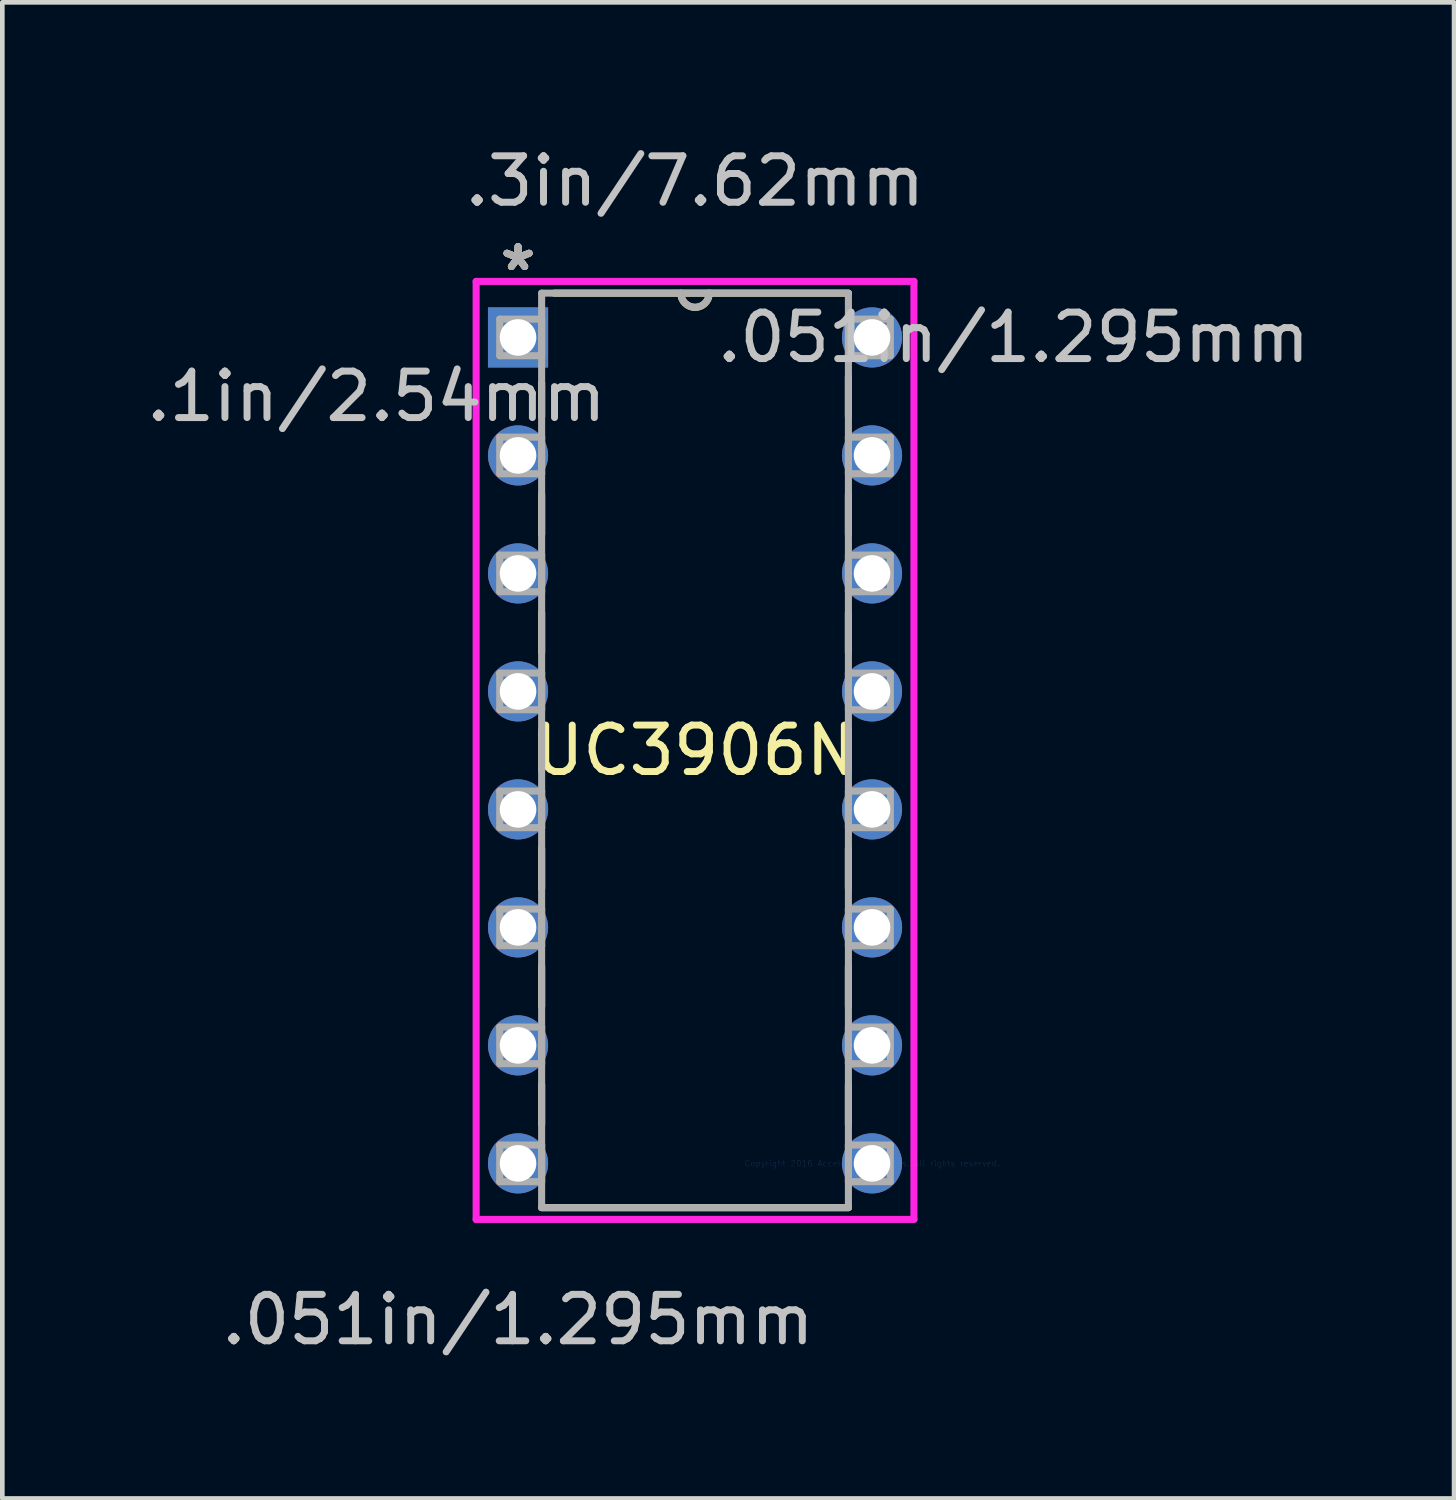
<source format=kicad_pcb>
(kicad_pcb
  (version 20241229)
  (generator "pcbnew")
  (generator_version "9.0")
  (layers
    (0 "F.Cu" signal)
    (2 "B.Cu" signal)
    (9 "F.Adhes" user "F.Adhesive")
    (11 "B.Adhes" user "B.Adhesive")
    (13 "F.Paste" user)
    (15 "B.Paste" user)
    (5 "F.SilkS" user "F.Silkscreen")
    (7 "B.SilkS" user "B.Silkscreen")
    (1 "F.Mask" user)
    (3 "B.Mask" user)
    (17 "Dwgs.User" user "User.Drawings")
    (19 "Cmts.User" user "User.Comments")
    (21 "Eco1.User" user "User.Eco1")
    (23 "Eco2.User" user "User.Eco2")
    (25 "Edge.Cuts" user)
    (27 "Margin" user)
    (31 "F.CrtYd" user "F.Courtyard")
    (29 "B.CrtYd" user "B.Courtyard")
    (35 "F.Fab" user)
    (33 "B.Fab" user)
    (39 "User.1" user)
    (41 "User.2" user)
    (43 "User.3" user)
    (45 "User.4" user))
  (footprint "UC3906N"
    (layer "F.Cu")
    (at 15.722 21.994)
    (property "Reference" "UC3906N" (at -3.81 -8.89 0) (layer "F.SilkS") (effects (font (size 1 1) (thickness 0.15))))
    (attr through_hole)
    (fp_line (start -7.112 -16.8) (end -7.112 -16.079) (stroke (width 0.152) (type solid)) (layer "F.SilkS"))
    (fp_line (start -7.112 -14.401) (end -7.112 -13.539) (stroke (width 0.152) (type solid)) (layer "F.SilkS"))
    (fp_line (start -7.112 -11.861) (end -7.112 -10.999) (stroke (width 0.152) (type solid)) (layer "F.SilkS"))
    (fp_line (start -7.112 -9.321) (end -7.112 -8.459) (stroke (width 0.152) (type solid)) (layer "F.SilkS"))
    (fp_line (start -7.112 -6.781) (end -7.112 -5.919) (stroke (width 0.152) (type solid)) (layer "F.SilkS"))
    (fp_line (start -7.112 -4.241) (end -7.112 -3.379) (stroke (width 0.152) (type solid)) (layer "F.SilkS"))
    (fp_line (start -7.112 -1.701) (end -7.112 -0.839) (stroke (width 0.152) (type solid)) (layer "F.SilkS"))
    (fp_line (start -7.112 0.953) (end -0.508 0.953) (stroke (width 0.152) (type solid)) (layer "F.SilkS"))
    (fp_line (start -0.508 -18.733) (end -6.839 -18.733) (stroke (width 0.152) (type solid)) (layer "F.SilkS"))
    (fp_line (start -0.508 -16.079) (end -0.508 -16.941) (stroke (width 0.152) (type solid)) (layer "F.SilkS"))
    (fp_line (start -0.508 -13.539) (end -0.508 -14.401) (stroke (width 0.152) (type solid)) (layer "F.SilkS"))
    (fp_line (start -0.508 -10.999) (end -0.508 -11.861) (stroke (width 0.152) (type solid)) (layer "F.SilkS"))
    (fp_line (start -0.508 -8.459) (end -0.508 -9.321) (stroke (width 0.152) (type solid)) (layer "F.SilkS"))
    (fp_line (start -0.508 -5.919) (end -0.508 -6.781) (stroke (width 0.152) (type solid)) (layer "F.SilkS"))
    (fp_line (start -0.508 -3.379) (end -0.508 -4.241) (stroke (width 0.152) (type solid)) (layer "F.SilkS"))
    (fp_line (start -0.508 -0.839) (end -0.508 -1.701) (stroke (width 0.152) (type solid)) (layer "F.SilkS"))
    (fp_arc (start -3.5052 -18.7325) (mid -3.81 -18.4277) (end -4.1148 -18.7325) (stroke (width 0.1524) (type solid)) (layer "F.SilkS"))
    (fp_line (start -8.522 -18.986) (end 0.902 -18.986) (stroke (width 0.152) (type solid)) (layer "F.CrtYd"))
    (fp_line (start -8.522 1.206) (end -8.522 -18.986) (stroke (width 0.152) (type solid)) (layer "F.CrtYd"))
    (fp_line (start 0.902 -18.986) (end 0.902 1.206) (stroke (width 0.152) (type solid)) (layer "F.CrtYd"))
    (fp_line (start 0.902 1.206) (end -8.522 1.206) (stroke (width 0.152) (type solid)) (layer "F.CrtYd"))
    (fp_line (start -8.014 -18.174) (end -8.014 -17.386) (stroke (width 0.152) (type solid)) (layer "F.Fab"))
    (fp_line (start -8.014 -17.386) (end -7.112 -17.386) (stroke (width 0.152) (type solid)) (layer "F.Fab"))
    (fp_line (start -8.014 -15.634) (end -8.014 -14.846) (stroke (width 0.152) (type solid)) (layer "F.Fab"))
    (fp_line (start -8.014 -14.846) (end -7.112 -14.846) (stroke (width 0.152) (type solid)) (layer "F.Fab"))
    (fp_line (start -8.014 -13.094) (end -8.014 -12.306) (stroke (width 0.152) (type solid)) (layer "F.Fab"))
    (fp_line (start -8.014 -12.306) (end -7.112 -12.306) (stroke (width 0.152) (type solid)) (layer "F.Fab"))
    (fp_line (start -8.014 -10.554) (end -8.014 -9.766) (stroke (width 0.152) (type solid)) (layer "F.Fab"))
    (fp_line (start -8.014 -9.766) (end -7.112 -9.766) (stroke (width 0.152) (type solid)) (layer "F.Fab"))
    (fp_line (start -8.014 -8.014) (end -8.014 -7.226) (stroke (width 0.152) (type solid)) (layer "F.Fab"))
    (fp_line (start -8.014 -7.226) (end -7.112 -7.226) (stroke (width 0.152) (type solid)) (layer "F.Fab"))
    (fp_line (start -8.014 -5.474) (end -8.014 -4.686) (stroke (width 0.152) (type solid)) (layer "F.Fab"))
    (fp_line (start -8.014 -4.686) (end -7.112 -4.686) (stroke (width 0.152) (type solid)) (layer "F.Fab"))
    (fp_line (start -8.014 -2.934) (end -8.014 -2.146) (stroke (width 0.152) (type solid)) (layer "F.Fab"))
    (fp_line (start -8.014 -2.146) (end -7.112 -2.146) (stroke (width 0.152) (type solid)) (layer "F.Fab"))
    (fp_line (start -8.014 -0.394) (end -8.014 0.394) (stroke (width 0.152) (type solid)) (layer "F.Fab"))
    (fp_line (start -8.014 0.394) (end -7.112 0.394) (stroke (width 0.152) (type solid)) (layer "F.Fab"))
    (fp_line (start -7.112 -18.733) (end -7.112 0.953) (stroke (width 0.152) (type solid)) (layer "F.Fab"))
    (fp_line (start -7.112 -18.174) (end -8.014 -18.174) (stroke (width 0.152) (type solid)) (layer "F.Fab"))
    (fp_line (start -7.112 -17.386) (end -7.112 -18.174) (stroke (width 0.152) (type solid)) (layer "F.Fab"))
    (fp_line (start -7.112 -15.634) (end -8.014 -15.634) (stroke (width 0.152) (type solid)) (layer "F.Fab"))
    (fp_line (start -7.112 -14.846) (end -7.112 -15.634) (stroke (width 0.152) (type solid)) (layer "F.Fab"))
    (fp_line (start -7.112 -13.094) (end -8.014 -13.094) (stroke (width 0.152) (type solid)) (layer "F.Fab"))
    (fp_line (start -7.112 -12.306) (end -7.112 -13.094) (stroke (width 0.152) (type solid)) (layer "F.Fab"))
    (fp_line (start -7.112 -10.554) (end -8.014 -10.554) (stroke (width 0.152) (type solid)) (layer "F.Fab"))
    (fp_line (start -7.112 -9.766) (end -7.112 -10.554) (stroke (width 0.152) (type solid)) (layer "F.Fab"))
    (fp_line (start -7.112 -8.014) (end -8.014 -8.014) (stroke (width 0.152) (type solid)) (layer "F.Fab"))
    (fp_line (start -7.112 -7.226) (end -7.112 -8.014) (stroke (width 0.152) (type solid)) (layer "F.Fab"))
    (fp_line (start -7.112 -5.474) (end -8.014 -5.474) (stroke (width 0.152) (type solid)) (layer "F.Fab"))
    (fp_line (start -7.112 -4.686) (end -7.112 -5.474) (stroke (width 0.152) (type solid)) (layer "F.Fab"))
    (fp_line (start -7.112 -2.934) (end -8.014 -2.934) (stroke (width 0.152) (type solid)) (layer "F.Fab"))
    (fp_line (start -7.112 -2.146) (end -7.112 -2.934) (stroke (width 0.152) (type solid)) (layer "F.Fab"))
    (fp_line (start -7.112 -0.394) (end -8.014 -0.394) (stroke (width 0.152) (type solid)) (layer "F.Fab"))
    (fp_line (start -7.112 0.394) (end -7.112 -0.394) (stroke (width 0.152) (type solid)) (layer "F.Fab"))
    (fp_line (start -7.112 0.953) (end -0.508 0.953) (stroke (width 0.152) (type solid)) (layer "F.Fab"))
    (fp_line (start -0.508 -18.733) (end -7.112 -18.733) (stroke (width 0.152) (type solid)) (layer "F.Fab"))
    (fp_line (start -0.508 -18.174) (end -0.508 -17.386) (stroke (width 0.152) (type solid)) (layer "F.Fab"))
    (fp_line (start -0.508 -17.386) (end 0.394 -17.386) (stroke (width 0.152) (type solid)) (layer "F.Fab"))
    (fp_line (start -0.508 -15.634) (end -0.508 -14.846) (stroke (width 0.152) (type solid)) (layer "F.Fab"))
    (fp_line (start -0.508 -14.846) (end 0.394 -14.846) (stroke (width 0.152) (type solid)) (layer "F.Fab"))
    (fp_line (start -0.508 -13.094) (end -0.508 -12.306) (stroke (width 0.152) (type solid)) (layer "F.Fab"))
    (fp_line (start -0.508 -12.306) (end 0.394 -12.306) (stroke (width 0.152) (type solid)) (layer "F.Fab"))
    (fp_line (start -0.508 -10.554) (end -0.508 -9.766) (stroke (width 0.152) (type solid)) (layer "F.Fab"))
    (fp_line (start -0.508 -9.766) (end 0.394 -9.766) (stroke (width 0.152) (type solid)) (layer "F.Fab"))
    (fp_line (start -0.508 -8.014) (end -0.508 -7.226) (stroke (width 0.152) (type solid)) (layer "F.Fab"))
    (fp_line (start -0.508 -7.226) (end 0.394 -7.226) (stroke (width 0.152) (type solid)) (layer "F.Fab"))
    (fp_line (start -0.508 -5.474) (end -0.508 -4.686) (stroke (width 0.152) (type solid)) (layer "F.Fab"))
    (fp_line (start -0.508 -4.686) (end 0.394 -4.686) (stroke (width 0.152) (type solid)) (layer "F.Fab"))
    (fp_line (start -0.508 -2.934) (end -0.508 -2.146) (stroke (width 0.152) (type solid)) (layer "F.Fab"))
    (fp_line (start -0.508 -2.146) (end 0.394 -2.146) (stroke (width 0.152) (type solid)) (layer "F.Fab"))
    (fp_line (start -0.508 -0.394) (end -0.508 0.394) (stroke (width 0.152) (type solid)) (layer "F.Fab"))
    (fp_line (start -0.508 0.394) (end 0.394 0.394) (stroke (width 0.152) (type solid)) (layer "F.Fab"))
    (fp_line (start -0.508 0.953) (end -0.508 -18.733) (stroke (width 0.152) (type solid)) (layer "F.Fab"))
    (fp_line (start 0.394 -18.174) (end -0.508 -18.174) (stroke (width 0.152) (type solid)) (layer "F.Fab"))
    (fp_line (start 0.394 -17.386) (end 0.394 -18.174) (stroke (width 0.152) (type solid)) (layer "F.Fab"))
    (fp_line (start 0.394 -15.634) (end -0.508 -15.634) (stroke (width 0.152) (type solid)) (layer "F.Fab"))
    (fp_line (start 0.394 -14.846) (end 0.394 -15.634) (stroke (width 0.152) (type solid)) (layer "F.Fab"))
    (fp_line (start 0.394 -13.094) (end -0.508 -13.094) (stroke (width 0.152) (type solid)) (layer "F.Fab"))
    (fp_line (start 0.394 -12.306) (end 0.394 -13.094) (stroke (width 0.152) (type solid)) (layer "F.Fab"))
    (fp_line (start 0.394 -10.554) (end -0.508 -10.554) (stroke (width 0.152) (type solid)) (layer "F.Fab"))
    (fp_line (start 0.394 -9.766) (end 0.394 -10.554) (stroke (width 0.152) (type solid)) (layer "F.Fab"))
    (fp_line (start 0.394 -8.014) (end -0.508 -8.014) (stroke (width 0.152) (type solid)) (layer "F.Fab"))
    (fp_line (start 0.394 -7.226) (end 0.394 -8.014) (stroke (width 0.152) (type solid)) (layer "F.Fab"))
    (fp_line (start 0.394 -5.474) (end -0.508 -5.474) (stroke (width 0.152) (type solid)) (layer "F.Fab"))
    (fp_line (start 0.394 -4.686) (end 0.394 -5.474) (stroke (width 0.152) (type solid)) (layer "F.Fab"))
    (fp_line (start 0.394 -2.934) (end -0.508 -2.934) (stroke (width 0.152) (type solid)) (layer "F.Fab"))
    (fp_line (start 0.394 -2.146) (end 0.394 -2.934) (stroke (width 0.152) (type solid)) (layer "F.Fab"))
    (fp_line (start 0.394 -0.394) (end -0.508 -0.394) (stroke (width 0.152) (type solid)) (layer "F.Fab"))
    (fp_line (start 0.394 0.394) (end 0.394 -0.394) (stroke (width 0.152) (type solid)) (layer "F.Fab"))
    (fp_arc (start -3.5052 -18.7325) (mid -3.81 -18.4277) (end -4.1148 -18.7325) (stroke (width 0.1524) (type solid)) (layer "F.Fab"))
    (fp_text user "*" (at -7.62 -19.19 0) (layer "F.SilkS") (effects (font (size 1 1) (thickness 0.15))))
    (fp_text user "*" (at -7.62 -19.19 0) (layer "F.SilkS") (effects (font (size 1 1) (thickness 0.15))))
    (fp_text user ".3in/7.62mm" (at -3.81 -21.145 0) (layer "Dwgs.User") (effects (font (size 1 1) (thickness 0.15))))
    (fp_text user ".051in/1.295mm" (at 3.048 -17.78 0) (layer "Dwgs.User") (effects (font (size 1 1) (thickness 0.15))))
    (fp_text user ".1in/2.54mm" (at -10.668 -16.51 0) (layer "Dwgs.User") (effects (font (size 1 1) (thickness 0.15))))
    (fp_text user ".051in/1.295mm" (at -7.62 3.365 0) (layer "Dwgs.User") (effects (font (size 1 1) (thickness 0.15))))
    (fp_text user "Copyright 2016 Accelerated Designs. All rights reserved." (at 0 0 0) (layer "Cmts.User") (effects (font (size 0.127 0.127) (thickness 0.002))))
    (fp_text user "*" (at -7.62 -19.19 0) (layer "F.Fab") (effects (font (size 1 1) (thickness 0.15))))
    (fp_text user "*" (at -7.62 -19.19 0) (layer "F.Fab") (effects (font (size 1 1) (thickness 0.15))))
    (pad "1" thru_hole rect (at -7.62 -17.78) (size 1.295 1.295) (drill 0.787) (layers "*.Cu" "*.Mask"))
    (pad "2" thru_hole circle (at -7.62 -15.24) (size 1.295 1.295) (drill 0.787) (layers "*.Cu" "*.Mask"))
    (pad "3" thru_hole circle (at -7.62 -12.7) (size 1.295 1.295) (drill 0.787) (layers "*.Cu" "*.Mask"))
    (pad "4" thru_hole circle (at -7.62 -10.16) (size 1.295 1.295) (drill 0.787) (layers "*.Cu" "*.Mask"))
    (pad "5" thru_hole circle (at -7.62 -7.62) (size 1.295 1.295) (drill 0.787) (layers "*.Cu" "*.Mask"))
    (pad "6" thru_hole circle (at -7.62 -5.08) (size 1.295 1.295) (drill 0.787) (layers "*.Cu" "*.Mask"))
    (pad "7" thru_hole circle (at -7.62 -2.54) (size 1.295 1.295) (drill 0.787) (layers "*.Cu" "*.Mask"))
    (pad "8" thru_hole circle (at -7.62 0) (size 1.295 1.295) (drill 0.787) (layers "*.Cu" "*.Mask"))
    (pad "9" thru_hole circle (at 0 0) (size 1.295 1.295) (drill 0.787) (layers "*.Cu" "*.Mask"))
    (pad "10" thru_hole circle (at 0 -2.54) (size 1.295 1.295) (drill 0.787) (layers "*.Cu" "*.Mask"))
    (pad "11" thru_hole circle (at 0 -5.08) (size 1.295 1.295) (drill 0.787) (layers "*.Cu" "*.Mask"))
    (pad "12" thru_hole circle (at 0 -7.62) (size 1.295 1.295) (drill 0.787) (layers "*.Cu" "*.Mask"))
    (pad "13" thru_hole circle (at 0 -10.16) (size 1.295 1.295) (drill 0.787) (layers "*.Cu" "*.Mask"))
    (pad "14" thru_hole circle (at 0 -12.7) (size 1.295 1.295) (drill 0.787) (layers "*.Cu" "*.Mask"))
    (pad "15" thru_hole circle (at 0 -15.24) (size 1.295 1.295) (drill 0.787) (layers "*.Cu" "*.Mask"))
    (pad "16" thru_hole circle (at 0 -17.78) (size 1.295 1.295) (drill 0.787) (layers "*.Cu" "*.Mask")))
  (gr_rect
    (start -3 -3)
    (end 28.252 29.207)
    (stroke (width 0.1) (type default))
    (fill no)
    (layer "Edge.Cuts")))
</source>
